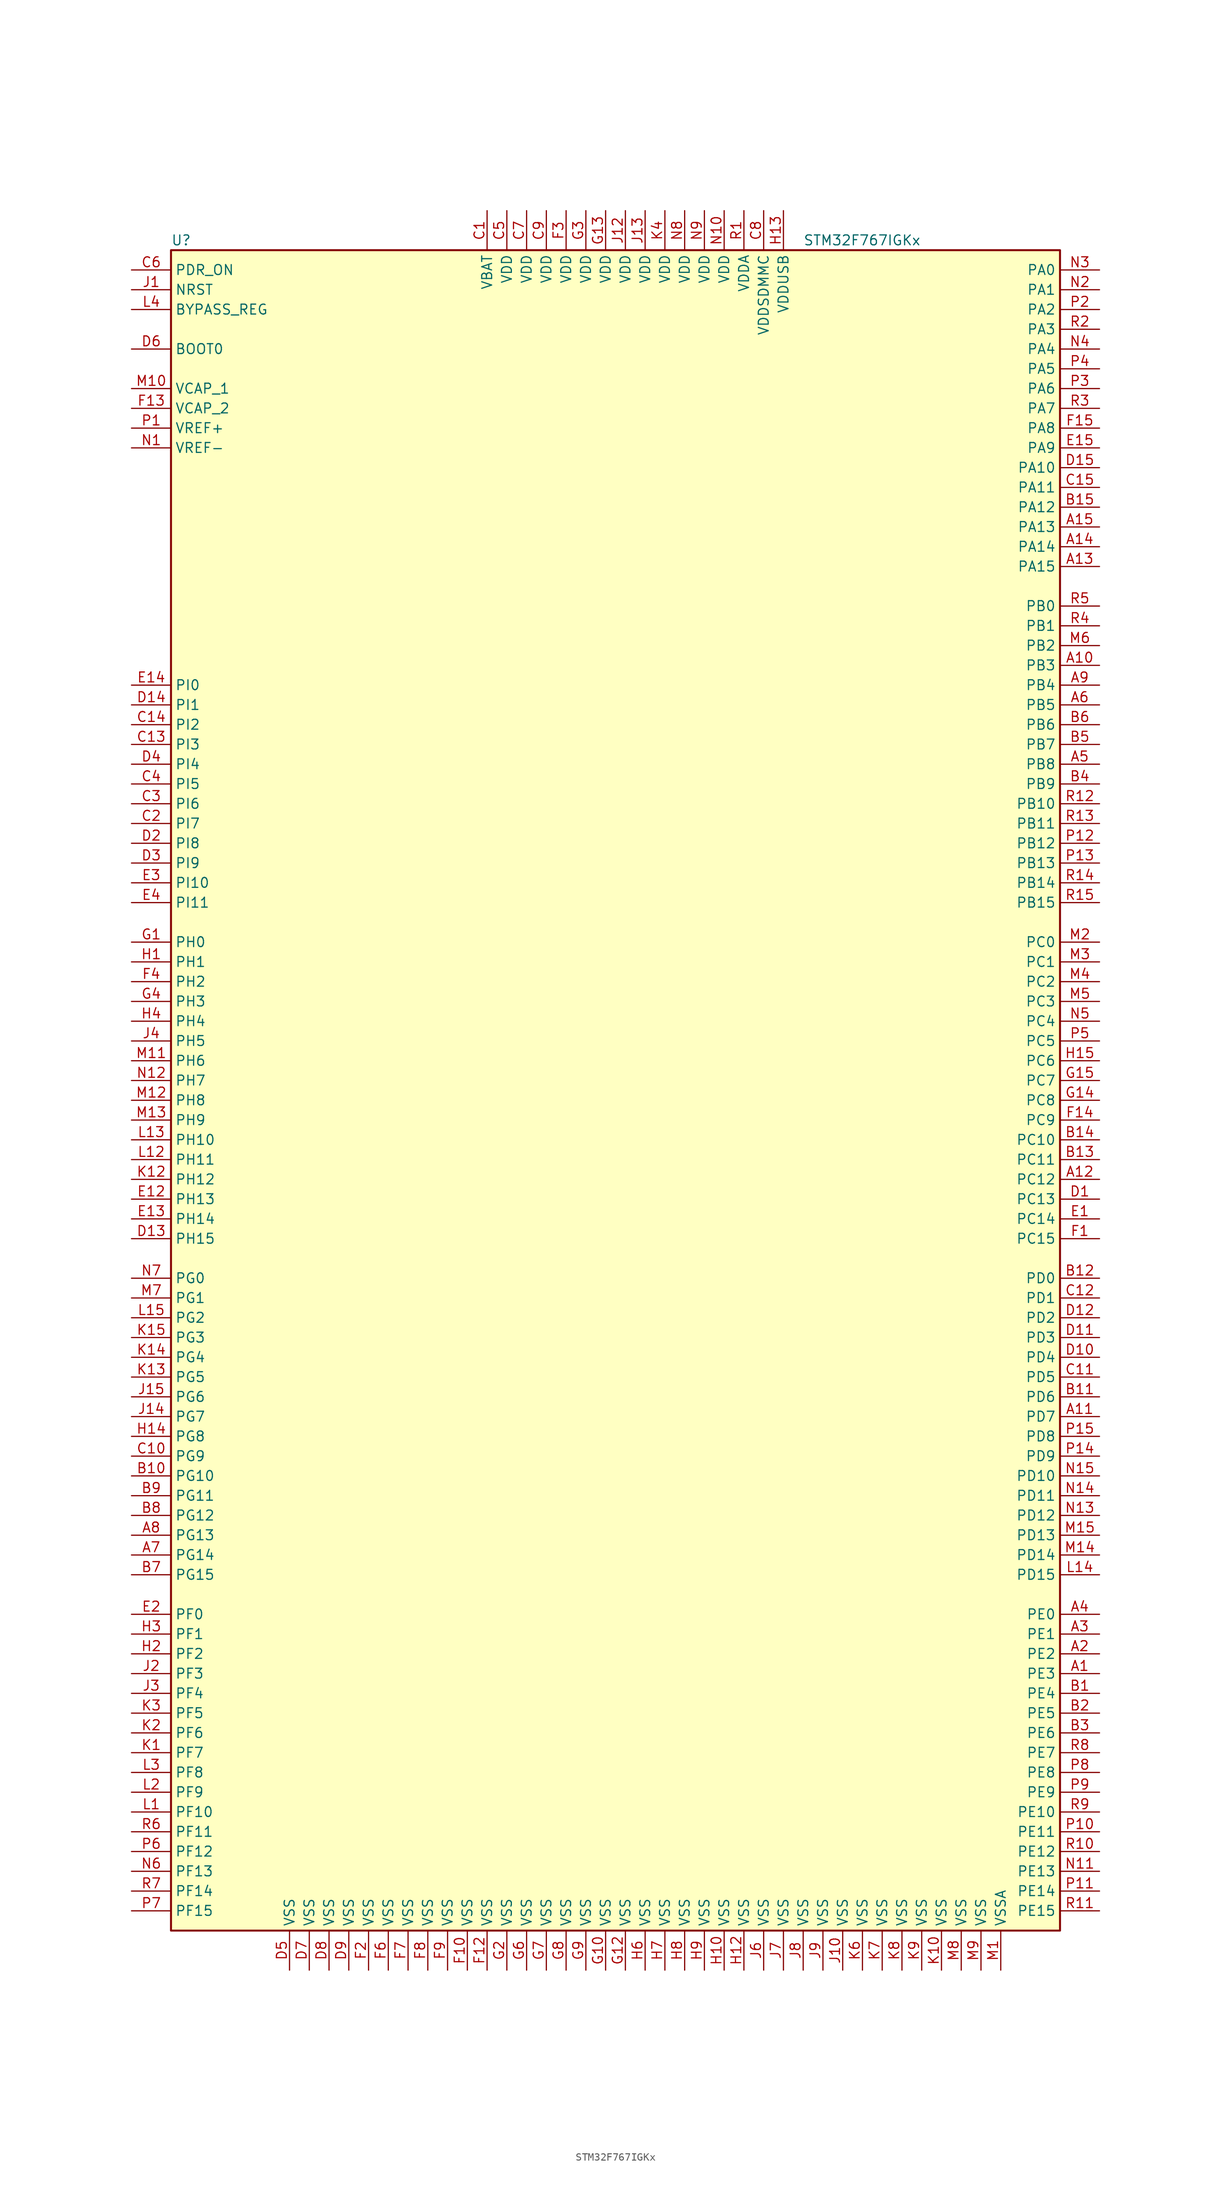
<source format=kicad_sym>
(kicad_symbol_lib
  (version 20211014)
  (generator kicad_symbol_editor)
  (symbol "STM32F767IGKx"
    (property "Reference" "U"
      (at -58.42 107.95 0)
      (effects (font (size 1.27 1.27)) (justify left)))
    (property "Value" "STM32F767IGKx"
      (at 22.86 107.95 0)
      (effects (font (size 1.27 1.27)) (justify left)))
    (symbol "STM32F767IGKx_0_1"
      (rectangle (start -58.42 -109.22) (end 55.88 106.68) (stroke (width 0.254) (type default) (color 0 0 0 0)) (fill (type background))))
    (symbol "STM32F767IGKx_1_1"
      (pin bidirectional line (at 60.96 -76.2 180) (length 5.08) (name "PE3" (effects (font (size 1.27 1.27)))) (number "A1" (effects (font (size 1.27 1.27)))))
      (pin bidirectional line (at 60.96 53.34 180) (length 5.08) (name "PB3" (effects (font (size 1.27 1.27)))) (number "A10" (effects (font (size 1.27 1.27)))))
      (pin bidirectional line (at 60.96 -43.18 180) (length 5.08) (name "PD7" (effects (font (size 1.27 1.27)))) (number "A11" (effects (font (size 1.27 1.27)))))
      (pin bidirectional line (at 60.96 -12.7 180) (length 5.08) (name "PC12" (effects (font (size 1.27 1.27)))) (number "A12" (effects (font (size 1.27 1.27)))))
      (pin bidirectional line (at 60.96 66.04 180) (length 5.08) (name "PA15" (effects (font (size 1.27 1.27)))) (number "A13" (effects (font (size 1.27 1.27)))))
      (pin bidirectional line (at 60.96 68.58 180) (length 5.08) (name "PA14" (effects (font (size 1.27 1.27)))) (number "A14" (effects (font (size 1.27 1.27)))))
      (pin bidirectional line (at 60.96 71.12 180) (length 5.08) (name "PA13" (effects (font (size 1.27 1.27)))) (number "A15" (effects (font (size 1.27 1.27)))))
      (pin bidirectional line (at 60.96 -73.66 180) (length 5.08) (name "PE2" (effects (font (size 1.27 1.27)))) (number "A2" (effects (font (size 1.27 1.27)))))
      (pin bidirectional line (at 60.96 -71.12 180) (length 5.08) (name "PE1" (effects (font (size 1.27 1.27)))) (number "A3" (effects (font (size 1.27 1.27)))))
      (pin bidirectional line (at 60.96 -68.58 180) (length 5.08) (name "PE0" (effects (font (size 1.27 1.27)))) (number "A4" (effects (font (size 1.27 1.27)))))
      (pin bidirectional line (at 60.96 40.64 180) (length 5.08) (name "PB8" (effects (font (size 1.27 1.27)))) (number "A5" (effects (font (size 1.27 1.27)))))
      (pin bidirectional line (at 60.96 48.26 180) (length 5.08) (name "PB5" (effects (font (size 1.27 1.27)))) (number "A6" (effects (font (size 1.27 1.27)))))
      (pin bidirectional line (at -63.5 -60.96 0) (length 5.08) (name "PG14" (effects (font (size 1.27 1.27)))) (number "A7" (effects (font (size 1.27 1.27)))))
      (pin bidirectional line (at -63.5 -58.42 0) (length 5.08) (name "PG13" (effects (font (size 1.27 1.27)))) (number "A8" (effects (font (size 1.27 1.27)))))
      (pin bidirectional line (at 60.96 50.8 180) (length 5.08) (name "PB4" (effects (font (size 1.27 1.27)))) (number "A9" (effects (font (size 1.27 1.27)))))
      (pin bidirectional line (at 60.96 -78.74 180) (length 5.08) (name "PE4" (effects (font (size 1.27 1.27)))) (number "B1" (effects (font (size 1.27 1.27)))))
      (pin bidirectional line (at -63.5 -50.8 0) (length 5.08) (name "PG10" (effects (font (size 1.27 1.27)))) (number "B10" (effects (font (size 1.27 1.27)))))
      (pin bidirectional line (at 60.96 -40.64 180) (length 5.08) (name "PD6" (effects (font (size 1.27 1.27)))) (number "B11" (effects (font (size 1.27 1.27)))))
      (pin bidirectional line (at 60.96 -25.4 180) (length 5.08) (name "PD0" (effects (font (size 1.27 1.27)))) (number "B12" (effects (font (size 1.27 1.27)))))
      (pin bidirectional line (at 60.96 -10.16 180) (length 5.08) (name "PC11" (effects (font (size 1.27 1.27)))) (number "B13" (effects (font (size 1.27 1.27)))))
      (pin bidirectional line (at 60.96 -7.62 180) (length 5.08) (name "PC10" (effects (font (size 1.27 1.27)))) (number "B14" (effects (font (size 1.27 1.27)))))
      (pin bidirectional line (at 60.96 73.66 180) (length 5.08) (name "PA12" (effects (font (size 1.27 1.27)))) (number "B15" (effects (font (size 1.27 1.27)))))
      (pin bidirectional line (at 60.96 -81.28 180) (length 5.08) (name "PE5" (effects (font (size 1.27 1.27)))) (number "B2" (effects (font (size 1.27 1.27)))))
      (pin bidirectional line (at 60.96 -83.82 180) (length 5.08) (name "PE6" (effects (font (size 1.27 1.27)))) (number "B3" (effects (font (size 1.27 1.27)))))
      (pin bidirectional line (at 60.96 38.1 180) (length 5.08) (name "PB9" (effects (font (size 1.27 1.27)))) (number "B4" (effects (font (size 1.27 1.27)))))
      (pin bidirectional line (at 60.96 43.18 180) (length 5.08) (name "PB7" (effects (font (size 1.27 1.27)))) (number "B5" (effects (font (size 1.27 1.27)))))
      (pin bidirectional line (at 60.96 45.72 180) (length 5.08) (name "PB6" (effects (font (size 1.27 1.27)))) (number "B6" (effects (font (size 1.27 1.27)))))
      (pin bidirectional line (at -63.5 -63.5 0) (length 5.08) (name "PG15" (effects (font (size 1.27 1.27)))) (number "B7" (effects (font (size 1.27 1.27)))))
      (pin bidirectional line (at -63.5 -55.88 0) (length 5.08) (name "PG12" (effects (font (size 1.27 1.27)))) (number "B8" (effects (font (size 1.27 1.27)))))
      (pin bidirectional line (at -63.5 -53.34 0) (length 5.08) (name "PG11" (effects (font (size 1.27 1.27)))) (number "B9" (effects (font (size 1.27 1.27)))))
      (pin power_in line (at -17.78 111.76 270) (length 5.08) (name "VBAT" (effects (font (size 1.27 1.27)))) (number "C1" (effects (font (size 1.27 1.27)))))
      (pin bidirectional line (at -63.5 -48.26 0) (length 5.08) (name "PG9" (effects (font (size 1.27 1.27)))) (number "C10" (effects (font (size 1.27 1.27)))))
      (pin bidirectional line (at 60.96 -38.1 180) (length 5.08) (name "PD5" (effects (font (size 1.27 1.27)))) (number "C11" (effects (font (size 1.27 1.27)))))
      (pin bidirectional line (at 60.96 -27.94 180) (length 5.08) (name "PD1" (effects (font (size 1.27 1.27)))) (number "C12" (effects (font (size 1.27 1.27)))))
      (pin bidirectional line (at -63.5 43.18 0) (length 5.08) (name "PI3" (effects (font (size 1.27 1.27)))) (number "C13" (effects (font (size 1.27 1.27)))))
      (pin bidirectional line (at -63.5 45.72 0) (length 5.08) (name "PI2" (effects (font (size 1.27 1.27)))) (number "C14" (effects (font (size 1.27 1.27)))))
      (pin bidirectional line (at 60.96 76.2 180) (length 5.08) (name "PA11" (effects (font (size 1.27 1.27)))) (number "C15" (effects (font (size 1.27 1.27)))))
      (pin bidirectional line (at -63.5 33.02 0) (length 5.08) (name "PI7" (effects (font (size 1.27 1.27)))) (number "C2" (effects (font (size 1.27 1.27)))))
      (pin bidirectional line (at -63.5 35.56 0) (length 5.08) (name "PI6" (effects (font (size 1.27 1.27)))) (number "C3" (effects (font (size 1.27 1.27)))))
      (pin bidirectional line (at -63.5 38.1 0) (length 5.08) (name "PI5" (effects (font (size 1.27 1.27)))) (number "C4" (effects (font (size 1.27 1.27)))))
      (pin power_in line (at -15.24 111.76 270) (length 5.08) (name "VDD" (effects (font (size 1.27 1.27)))) (number "C5" (effects (font (size 1.27 1.27)))))
      (pin input line (at -63.5 104.14 0) (length 5.08) (name "PDR_ON" (effects (font (size 1.27 1.27)))) (number "C6" (effects (font (size 1.27 1.27)))))
      (pin power_in line (at -12.7 111.76 270) (length 5.08) (name "VDD" (effects (font (size 1.27 1.27)))) (number "C7" (effects (font (size 1.27 1.27)))))
      (pin power_in line (at 17.78 111.76 270) (length 5.08) (name "VDDSDMMC" (effects (font (size 1.27 1.27)))) (number "C8" (effects (font (size 1.27 1.27)))))
      (pin power_in line (at -10.16 111.76 270) (length 5.08) (name "VDD" (effects (font (size 1.27 1.27)))) (number "C9" (effects (font (size 1.27 1.27)))))
      (pin bidirectional line (at 60.96 -15.24 180) (length 5.08) (name "PC13" (effects (font (size 1.27 1.27)))) (number "D1" (effects (font (size 1.27 1.27)))))
      (pin bidirectional line (at 60.96 -35.56 180) (length 5.08) (name "PD4" (effects (font (size 1.27 1.27)))) (number "D10" (effects (font (size 1.27 1.27)))))
      (pin bidirectional line (at 60.96 -33.02 180) (length 5.08) (name "PD3" (effects (font (size 1.27 1.27)))) (number "D11" (effects (font (size 1.27 1.27)))))
      (pin bidirectional line (at 60.96 -30.48 180) (length 5.08) (name "PD2" (effects (font (size 1.27 1.27)))) (number "D12" (effects (font (size 1.27 1.27)))))
      (pin bidirectional line (at -63.5 -20.32 0) (length 5.08) (name "PH15" (effects (font (size 1.27 1.27)))) (number "D13" (effects (font (size 1.27 1.27)))))
      (pin bidirectional line (at -63.5 48.26 0) (length 5.08) (name "PI1" (effects (font (size 1.27 1.27)))) (number "D14" (effects (font (size 1.27 1.27)))))
      (pin bidirectional line (at 60.96 78.74 180) (length 5.08) (name "PA10" (effects (font (size 1.27 1.27)))) (number "D15" (effects (font (size 1.27 1.27)))))
      (pin bidirectional line (at -63.5 30.48 0) (length 5.08) (name "PI8" (effects (font (size 1.27 1.27)))) (number "D2" (effects (font (size 1.27 1.27)))))
      (pin bidirectional line (at -63.5 27.94 0) (length 5.08) (name "PI9" (effects (font (size 1.27 1.27)))) (number "D3" (effects (font (size 1.27 1.27)))))
      (pin bidirectional line (at -63.5 40.64 0) (length 5.08) (name "PI4" (effects (font (size 1.27 1.27)))) (number "D4" (effects (font (size 1.27 1.27)))))
      (pin power_in line (at -43.18 -114.3 90) (length 5.08) (name "VSS" (effects (font (size 1.27 1.27)))) (number "D5" (effects (font (size 1.27 1.27)))))
      (pin input line (at -63.5 93.98 0) (length 5.08) (name "BOOT0" (effects (font (size 1.27 1.27)))) (number "D6" (effects (font (size 1.27 1.27)))))
      (pin power_in line (at -40.64 -114.3 90) (length 5.08) (name "VSS" (effects (font (size 1.27 1.27)))) (number "D7" (effects (font (size 1.27 1.27)))))
      (pin power_in line (at -38.1 -114.3 90) (length 5.08) (name "VSS" (effects (font (size 1.27 1.27)))) (number "D8" (effects (font (size 1.27 1.27)))))
      (pin power_in line (at -35.56 -114.3 90) (length 5.08) (name "VSS" (effects (font (size 1.27 1.27)))) (number "D9" (effects (font (size 1.27 1.27)))))
      (pin bidirectional line (at 60.96 -17.78 180) (length 5.08) (name "PC14" (effects (font (size 1.27 1.27)))) (number "E1" (effects (font (size 1.27 1.27)))))
      (pin bidirectional line (at -63.5 -15.24 0) (length 5.08) (name "PH13" (effects (font (size 1.27 1.27)))) (number "E12" (effects (font (size 1.27 1.27)))))
      (pin bidirectional line (at -63.5 -17.78 0) (length 5.08) (name "PH14" (effects (font (size 1.27 1.27)))) (number "E13" (effects (font (size 1.27 1.27)))))
      (pin bidirectional line (at -63.5 50.8 0) (length 5.08) (name "PI0" (effects (font (size 1.27 1.27)))) (number "E14" (effects (font (size 1.27 1.27)))))
      (pin bidirectional line (at 60.96 81.28 180) (length 5.08) (name "PA9" (effects (font (size 1.27 1.27)))) (number "E15" (effects (font (size 1.27 1.27)))))
      (pin bidirectional line (at -63.5 -68.58 0) (length 5.08) (name "PF0" (effects (font (size 1.27 1.27)))) (number "E2" (effects (font (size 1.27 1.27)))))
      (pin bidirectional line (at -63.5 25.4 0) (length 5.08) (name "PI10" (effects (font (size 1.27 1.27)))) (number "E3" (effects (font (size 1.27 1.27)))))
      (pin bidirectional line (at -63.5 22.86 0) (length 5.08) (name "PI11" (effects (font (size 1.27 1.27)))) (number "E4" (effects (font (size 1.27 1.27)))))
      (pin bidirectional line (at 60.96 -20.32 180) (length 5.08) (name "PC15" (effects (font (size 1.27 1.27)))) (number "F1" (effects (font (size 1.27 1.27)))))
      (pin power_in line (at -20.32 -114.3 90) (length 5.08) (name "VSS" (effects (font (size 1.27 1.27)))) (number "F10" (effects (font (size 1.27 1.27)))))
      (pin power_in line (at -17.78 -114.3 90) (length 5.08) (name "VSS" (effects (font (size 1.27 1.27)))) (number "F12" (effects (font (size 1.27 1.27)))))
      (pin power_in line (at -63.5 86.36 0) (length 5.08) (name "VCAP_2" (effects (font (size 1.27 1.27)))) (number "F13" (effects (font (size 1.27 1.27)))))
      (pin bidirectional line (at 60.96 -5.08 180) (length 5.08) (name "PC9" (effects (font (size 1.27 1.27)))) (number "F14" (effects (font (size 1.27 1.27)))))
      (pin bidirectional line (at 60.96 83.82 180) (length 5.08) (name "PA8" (effects (font (size 1.27 1.27)))) (number "F15" (effects (font (size 1.27 1.27)))))
      (pin power_in line (at -33.02 -114.3 90) (length 5.08) (name "VSS" (effects (font (size 1.27 1.27)))) (number "F2" (effects (font (size 1.27 1.27)))))
      (pin power_in line (at -7.62 111.76 270) (length 5.08) (name "VDD" (effects (font (size 1.27 1.27)))) (number "F3" (effects (font (size 1.27 1.27)))))
      (pin bidirectional line (at -63.5 12.7 0) (length 5.08) (name "PH2" (effects (font (size 1.27 1.27)))) (number "F4" (effects (font (size 1.27 1.27)))))
      (pin power_in line (at -30.48 -114.3 90) (length 5.08) (name "VSS" (effects (font (size 1.27 1.27)))) (number "F6" (effects (font (size 1.27 1.27)))))
      (pin power_in line (at -27.94 -114.3 90) (length 5.08) (name "VSS" (effects (font (size 1.27 1.27)))) (number "F7" (effects (font (size 1.27 1.27)))))
      (pin power_in line (at -25.4 -114.3 90) (length 5.08) (name "VSS" (effects (font (size 1.27 1.27)))) (number "F8" (effects (font (size 1.27 1.27)))))
      (pin power_in line (at -22.86 -114.3 90) (length 5.08) (name "VSS" (effects (font (size 1.27 1.27)))) (number "F9" (effects (font (size 1.27 1.27)))))
      (pin input line (at -63.5 17.78 0) (length 5.08) (name "PH0" (effects (font (size 1.27 1.27)))) (number "G1" (effects (font (size 1.27 1.27)))))
      (pin power_in line (at -2.54 -114.3 90) (length 5.08) (name "VSS" (effects (font (size 1.27 1.27)))) (number "G10" (effects (font (size 1.27 1.27)))))
      (pin power_in line (at 0 -114.3 90) (length 5.08) (name "VSS" (effects (font (size 1.27 1.27)))) (number "G12" (effects (font (size 1.27 1.27)))))
      (pin power_in line (at -2.54 111.76 270) (length 5.08) (name "VDD" (effects (font (size 1.27 1.27)))) (number "G13" (effects (font (size 1.27 1.27)))))
      (pin bidirectional line (at 60.96 -2.54 180) (length 5.08) (name "PC8" (effects (font (size 1.27 1.27)))) (number "G14" (effects (font (size 1.27 1.27)))))
      (pin bidirectional line (at 60.96 0 180) (length 5.08) (name "PC7" (effects (font (size 1.27 1.27)))) (number "G15" (effects (font (size 1.27 1.27)))))
      (pin power_in line (at -15.24 -114.3 90) (length 5.08) (name "VSS" (effects (font (size 1.27 1.27)))) (number "G2" (effects (font (size 1.27 1.27)))))
      (pin power_in line (at -5.08 111.76 270) (length 5.08) (name "VDD" (effects (font (size 1.27 1.27)))) (number "G3" (effects (font (size 1.27 1.27)))))
      (pin bidirectional line (at -63.5 10.16 0) (length 5.08) (name "PH3" (effects (font (size 1.27 1.27)))) (number "G4" (effects (font (size 1.27 1.27)))))
      (pin power_in line (at -12.7 -114.3 90) (length 5.08) (name "VSS" (effects (font (size 1.27 1.27)))) (number "G6" (effects (font (size 1.27 1.27)))))
      (pin power_in line (at -10.16 -114.3 90) (length 5.08) (name "VSS" (effects (font (size 1.27 1.27)))) (number "G7" (effects (font (size 1.27 1.27)))))
      (pin power_in line (at -7.62 -114.3 90) (length 5.08) (name "VSS" (effects (font (size 1.27 1.27)))) (number "G8" (effects (font (size 1.27 1.27)))))
      (pin power_in line (at -5.08 -114.3 90) (length 5.08) (name "VSS" (effects (font (size 1.27 1.27)))) (number "G9" (effects (font (size 1.27 1.27)))))
      (pin input line (at -63.5 15.24 0) (length 5.08) (name "PH1" (effects (font (size 1.27 1.27)))) (number "H1" (effects (font (size 1.27 1.27)))))
      (pin power_in line (at 12.7 -114.3 90) (length 5.08) (name "VSS" (effects (font (size 1.27 1.27)))) (number "H10" (effects (font (size 1.27 1.27)))))
      (pin power_in line (at 15.24 -114.3 90) (length 5.08) (name "VSS" (effects (font (size 1.27 1.27)))) (number "H12" (effects (font (size 1.27 1.27)))))
      (pin power_in line (at 20.32 111.76 270) (length 5.08) (name "VDDUSB" (effects (font (size 1.27 1.27)))) (number "H13" (effects (font (size 1.27 1.27)))))
      (pin bidirectional line (at -63.5 -45.72 0) (length 5.08) (name "PG8" (effects (font (size 1.27 1.27)))) (number "H14" (effects (font (size 1.27 1.27)))))
      (pin bidirectional line (at 60.96 2.54 180) (length 5.08) (name "PC6" (effects (font (size 1.27 1.27)))) (number "H15" (effects (font (size 1.27 1.27)))))
      (pin bidirectional line (at -63.5 -73.66 0) (length 5.08) (name "PF2" (effects (font (size 1.27 1.27)))) (number "H2" (effects (font (size 1.27 1.27)))))
      (pin bidirectional line (at -63.5 -71.12 0) (length 5.08) (name "PF1" (effects (font (size 1.27 1.27)))) (number "H3" (effects (font (size 1.27 1.27)))))
      (pin bidirectional line (at -63.5 7.62 0) (length 5.08) (name "PH4" (effects (font (size 1.27 1.27)))) (number "H4" (effects (font (size 1.27 1.27)))))
      (pin power_in line (at 2.54 -114.3 90) (length 5.08) (name "VSS" (effects (font (size 1.27 1.27)))) (number "H6" (effects (font (size 1.27 1.27)))))
      (pin power_in line (at 5.08 -114.3 90) (length 5.08) (name "VSS" (effects (font (size 1.27 1.27)))) (number "H7" (effects (font (size 1.27 1.27)))))
      (pin power_in line (at 7.62 -114.3 90) (length 5.08) (name "VSS" (effects (font (size 1.27 1.27)))) (number "H8" (effects (font (size 1.27 1.27)))))
      (pin power_in line (at 10.16 -114.3 90) (length 5.08) (name "VSS" (effects (font (size 1.27 1.27)))) (number "H9" (effects (font (size 1.27 1.27)))))
      (pin input line (at -63.5 101.6 0) (length 5.08) (name "NRST" (effects (font (size 1.27 1.27)))) (number "J1" (effects (font (size 1.27 1.27)))))
      (pin power_in line (at 27.94 -114.3 90) (length 5.08) (name "VSS" (effects (font (size 1.27 1.27)))) (number "J10" (effects (font (size 1.27 1.27)))))
      (pin power_in line (at 0 111.76 270) (length 5.08) (name "VDD" (effects (font (size 1.27 1.27)))) (number "J12" (effects (font (size 1.27 1.27)))))
      (pin power_in line (at 2.54 111.76 270) (length 5.08) (name "VDD" (effects (font (size 1.27 1.27)))) (number "J13" (effects (font (size 1.27 1.27)))))
      (pin bidirectional line (at -63.5 -43.18 0) (length 5.08) (name "PG7" (effects (font (size 1.27 1.27)))) (number "J14" (effects (font (size 1.27 1.27)))))
      (pin bidirectional line (at -63.5 -40.64 0) (length 5.08) (name "PG6" (effects (font (size 1.27 1.27)))) (number "J15" (effects (font (size 1.27 1.27)))))
      (pin bidirectional line (at -63.5 -76.2 0) (length 5.08) (name "PF3" (effects (font (size 1.27 1.27)))) (number "J2" (effects (font (size 1.27 1.27)))))
      (pin bidirectional line (at -63.5 -78.74 0) (length 5.08) (name "PF4" (effects (font (size 1.27 1.27)))) (number "J3" (effects (font (size 1.27 1.27)))))
      (pin bidirectional line (at -63.5 5.08 0) (length 5.08) (name "PH5" (effects (font (size 1.27 1.27)))) (number "J4" (effects (font (size 1.27 1.27)))))
      (pin power_in line (at 17.78 -114.3 90) (length 5.08) (name "VSS" (effects (font (size 1.27 1.27)))) (number "J6" (effects (font (size 1.27 1.27)))))
      (pin power_in line (at 20.32 -114.3 90) (length 5.08) (name "VSS" (effects (font (size 1.27 1.27)))) (number "J7" (effects (font (size 1.27 1.27)))))
      (pin power_in line (at 22.86 -114.3 90) (length 5.08) (name "VSS" (effects (font (size 1.27 1.27)))) (number "J8" (effects (font (size 1.27 1.27)))))
      (pin power_in line (at 25.4 -114.3 90) (length 5.08) (name "VSS" (effects (font (size 1.27 1.27)))) (number "J9" (effects (font (size 1.27 1.27)))))
      (pin bidirectional line (at -63.5 -86.36 0) (length 5.08) (name "PF7" (effects (font (size 1.27 1.27)))) (number "K1" (effects (font (size 1.27 1.27)))))
      (pin power_in line (at 40.64 -114.3 90) (length 5.08) (name "VSS" (effects (font (size 1.27 1.27)))) (number "K10" (effects (font (size 1.27 1.27)))))
      (pin bidirectional line (at -63.5 -12.7 0) (length 5.08) (name "PH12" (effects (font (size 1.27 1.27)))) (number "K12" (effects (font (size 1.27 1.27)))))
      (pin bidirectional line (at -63.5 -38.1 0) (length 5.08) (name "PG5" (effects (font (size 1.27 1.27)))) (number "K13" (effects (font (size 1.27 1.27)))))
      (pin bidirectional line (at -63.5 -35.56 0) (length 5.08) (name "PG4" (effects (font (size 1.27 1.27)))) (number "K14" (effects (font (size 1.27 1.27)))))
      (pin bidirectional line (at -63.5 -33.02 0) (length 5.08) (name "PG3" (effects (font (size 1.27 1.27)))) (number "K15" (effects (font (size 1.27 1.27)))))
      (pin bidirectional line (at -63.5 -83.82 0) (length 5.08) (name "PF6" (effects (font (size 1.27 1.27)))) (number "K2" (effects (font (size 1.27 1.27)))))
      (pin bidirectional line (at -63.5 -81.28 0) (length 5.08) (name "PF5" (effects (font (size 1.27 1.27)))) (number "K3" (effects (font (size 1.27 1.27)))))
      (pin power_in line (at 5.08 111.76 270) (length 5.08) (name "VDD" (effects (font (size 1.27 1.27)))) (number "K4" (effects (font (size 1.27 1.27)))))
      (pin power_in line (at 30.48 -114.3 90) (length 5.08) (name "VSS" (effects (font (size 1.27 1.27)))) (number "K6" (effects (font (size 1.27 1.27)))))
      (pin power_in line (at 33.02 -114.3 90) (length 5.08) (name "VSS" (effects (font (size 1.27 1.27)))) (number "K7" (effects (font (size 1.27 1.27)))))
      (pin power_in line (at 35.56 -114.3 90) (length 5.08) (name "VSS" (effects (font (size 1.27 1.27)))) (number "K8" (effects (font (size 1.27 1.27)))))
      (pin power_in line (at 38.1 -114.3 90) (length 5.08) (name "VSS" (effects (font (size 1.27 1.27)))) (number "K9" (effects (font (size 1.27 1.27)))))
      (pin bidirectional line (at -63.5 -93.98 0) (length 5.08) (name "PF10" (effects (font (size 1.27 1.27)))) (number "L1" (effects (font (size 1.27 1.27)))))
      (pin bidirectional line (at -63.5 -10.16 0) (length 5.08) (name "PH11" (effects (font (size 1.27 1.27)))) (number "L12" (effects (font (size 1.27 1.27)))))
      (pin bidirectional line (at -63.5 -7.62 0) (length 5.08) (name "PH10" (effects (font (size 1.27 1.27)))) (number "L13" (effects (font (size 1.27 1.27)))))
      (pin bidirectional line (at 60.96 -63.5 180) (length 5.08) (name "PD15" (effects (font (size 1.27 1.27)))) (number "L14" (effects (font (size 1.27 1.27)))))
      (pin bidirectional line (at -63.5 -30.48 0) (length 5.08) (name "PG2" (effects (font (size 1.27 1.27)))) (number "L15" (effects (font (size 1.27 1.27)))))
      (pin bidirectional line (at -63.5 -91.44 0) (length 5.08) (name "PF9" (effects (font (size 1.27 1.27)))) (number "L2" (effects (font (size 1.27 1.27)))))
      (pin bidirectional line (at -63.5 -88.9 0) (length 5.08) (name "PF8" (effects (font (size 1.27 1.27)))) (number "L3" (effects (font (size 1.27 1.27)))))
      (pin input line (at -63.5 99.06 0) (length 5.08) (name "BYPASS_REG" (effects (font (size 1.27 1.27)))) (number "L4" (effects (font (size 1.27 1.27)))))
      (pin power_in line (at 48.26 -114.3 90) (length 5.08) (name "VSSA" (effects (font (size 1.27 1.27)))) (number "M1" (effects (font (size 1.27 1.27)))))
      (pin power_in line (at -63.5 88.9 0) (length 5.08) (name "VCAP_1" (effects (font (size 1.27 1.27)))) (number "M10" (effects (font (size 1.27 1.27)))))
      (pin bidirectional line (at -63.5 2.54 0) (length 5.08) (name "PH6" (effects (font (size 1.27 1.27)))) (number "M11" (effects (font (size 1.27 1.27)))))
      (pin bidirectional line (at -63.5 -2.54 0) (length 5.08) (name "PH8" (effects (font (size 1.27 1.27)))) (number "M12" (effects (font (size 1.27 1.27)))))
      (pin bidirectional line (at -63.5 -5.08 0) (length 5.08) (name "PH9" (effects (font (size 1.27 1.27)))) (number "M13" (effects (font (size 1.27 1.27)))))
      (pin bidirectional line (at 60.96 -60.96 180) (length 5.08) (name "PD14" (effects (font (size 1.27 1.27)))) (number "M14" (effects (font (size 1.27 1.27)))))
      (pin bidirectional line (at 60.96 -58.42 180) (length 5.08) (name "PD13" (effects (font (size 1.27 1.27)))) (number "M15" (effects (font (size 1.27 1.27)))))
      (pin bidirectional line (at 60.96 17.78 180) (length 5.08) (name "PC0" (effects (font (size 1.27 1.27)))) (number "M2" (effects (font (size 1.27 1.27)))))
      (pin bidirectional line (at 60.96 15.24 180) (length 5.08) (name "PC1" (effects (font (size 1.27 1.27)))) (number "M3" (effects (font (size 1.27 1.27)))))
      (pin bidirectional line (at 60.96 12.7 180) (length 5.08) (name "PC2" (effects (font (size 1.27 1.27)))) (number "M4" (effects (font (size 1.27 1.27)))))
      (pin bidirectional line (at 60.96 10.16 180) (length 5.08) (name "PC3" (effects (font (size 1.27 1.27)))) (number "M5" (effects (font (size 1.27 1.27)))))
      (pin bidirectional line (at 60.96 55.88 180) (length 5.08) (name "PB2" (effects (font (size 1.27 1.27)))) (number "M6" (effects (font (size 1.27 1.27)))))
      (pin bidirectional line (at -63.5 -27.94 0) (length 5.08) (name "PG1" (effects (font (size 1.27 1.27)))) (number "M7" (effects (font (size 1.27 1.27)))))
      (pin power_in line (at 43.18 -114.3 90) (length 5.08) (name "VSS" (effects (font (size 1.27 1.27)))) (number "M8" (effects (font (size 1.27 1.27)))))
      (pin power_in line (at 45.72 -114.3 90) (length 5.08) (name "VSS" (effects (font (size 1.27 1.27)))) (number "M9" (effects (font (size 1.27 1.27)))))
      (pin power_in line (at -63.5 81.28 0) (length 5.08) (name "VREF-" (effects (font (size 1.27 1.27)))) (number "N1" (effects (font (size 1.27 1.27)))))
      (pin power_in line (at 12.7 111.76 270) (length 5.08) (name "VDD" (effects (font (size 1.27 1.27)))) (number "N10" (effects (font (size 1.27 1.27)))))
      (pin bidirectional line (at 60.96 -101.6 180) (length 5.08) (name "PE13" (effects (font (size 1.27 1.27)))) (number "N11" (effects (font (size 1.27 1.27)))))
      (pin bidirectional line (at -63.5 0 0) (length 5.08) (name "PH7" (effects (font (size 1.27 1.27)))) (number "N12" (effects (font (size 1.27 1.27)))))
      (pin bidirectional line (at 60.96 -55.88 180) (length 5.08) (name "PD12" (effects (font (size 1.27 1.27)))) (number "N13" (effects (font (size 1.27 1.27)))))
      (pin bidirectional line (at 60.96 -53.34 180) (length 5.08) (name "PD11" (effects (font (size 1.27 1.27)))) (number "N14" (effects (font (size 1.27 1.27)))))
      (pin bidirectional line (at 60.96 -50.8 180) (length 5.08) (name "PD10" (effects (font (size 1.27 1.27)))) (number "N15" (effects (font (size 1.27 1.27)))))
      (pin bidirectional line (at 60.96 101.6 180) (length 5.08) (name "PA1" (effects (font (size 1.27 1.27)))) (number "N2" (effects (font (size 1.27 1.27)))))
      (pin bidirectional line (at 60.96 104.14 180) (length 5.08) (name "PA0" (effects (font (size 1.27 1.27)))) (number "N3" (effects (font (size 1.27 1.27)))))
      (pin bidirectional line (at 60.96 93.98 180) (length 5.08) (name "PA4" (effects (font (size 1.27 1.27)))) (number "N4" (effects (font (size 1.27 1.27)))))
      (pin bidirectional line (at 60.96 7.62 180) (length 5.08) (name "PC4" (effects (font (size 1.27 1.27)))) (number "N5" (effects (font (size 1.27 1.27)))))
      (pin bidirectional line (at -63.5 -101.6 0) (length 5.08) (name "PF13" (effects (font (size 1.27 1.27)))) (number "N6" (effects (font (size 1.27 1.27)))))
      (pin bidirectional line (at -63.5 -25.4 0) (length 5.08) (name "PG0" (effects (font (size 1.27 1.27)))) (number "N7" (effects (font (size 1.27 1.27)))))
      (pin power_in line (at 7.62 111.76 270) (length 5.08) (name "VDD" (effects (font (size 1.27 1.27)))) (number "N8" (effects (font (size 1.27 1.27)))))
      (pin power_in line (at 10.16 111.76 270) (length 5.08) (name "VDD" (effects (font (size 1.27 1.27)))) (number "N9" (effects (font (size 1.27 1.27)))))
      (pin power_in line (at -63.5 83.82 0) (length 5.08) (name "VREF+" (effects (font (size 1.27 1.27)))) (number "P1" (effects (font (size 1.27 1.27)))))
      (pin bidirectional line (at 60.96 -96.52 180) (length 5.08) (name "PE11" (effects (font (size 1.27 1.27)))) (number "P10" (effects (font (size 1.27 1.27)))))
      (pin bidirectional line (at 60.96 -104.14 180) (length 5.08) (name "PE14" (effects (font (size 1.27 1.27)))) (number "P11" (effects (font (size 1.27 1.27)))))
      (pin bidirectional line (at 60.96 30.48 180) (length 5.08) (name "PB12" (effects (font (size 1.27 1.27)))) (number "P12" (effects (font (size 1.27 1.27)))))
      (pin bidirectional line (at 60.96 27.94 180) (length 5.08) (name "PB13" (effects (font (size 1.27 1.27)))) (number "P13" (effects (font (size 1.27 1.27)))))
      (pin bidirectional line (at 60.96 -48.26 180) (length 5.08) (name "PD9" (effects (font (size 1.27 1.27)))) (number "P14" (effects (font (size 1.27 1.27)))))
      (pin bidirectional line (at 60.96 -45.72 180) (length 5.08) (name "PD8" (effects (font (size 1.27 1.27)))) (number "P15" (effects (font (size 1.27 1.27)))))
      (pin bidirectional line (at 60.96 99.06 180) (length 5.08) (name "PA2" (effects (font (size 1.27 1.27)))) (number "P2" (effects (font (size 1.27 1.27)))))
      (pin bidirectional line (at 60.96 88.9 180) (length 5.08) (name "PA6" (effects (font (size 1.27 1.27)))) (number "P3" (effects (font (size 1.27 1.27)))))
      (pin bidirectional line (at 60.96 91.44 180) (length 5.08) (name "PA5" (effects (font (size 1.27 1.27)))) (number "P4" (effects (font (size 1.27 1.27)))))
      (pin bidirectional line (at 60.96 5.08 180) (length 5.08) (name "PC5" (effects (font (size 1.27 1.27)))) (number "P5" (effects (font (size 1.27 1.27)))))
      (pin bidirectional line (at -63.5 -99.06 0) (length 5.08) (name "PF12" (effects (font (size 1.27 1.27)))) (number "P6" (effects (font (size 1.27 1.27)))))
      (pin bidirectional line (at -63.5 -106.68 0) (length 5.08) (name "PF15" (effects (font (size 1.27 1.27)))) (number "P7" (effects (font (size 1.27 1.27)))))
      (pin bidirectional line (at 60.96 -88.9 180) (length 5.08) (name "PE8" (effects (font (size 1.27 1.27)))) (number "P8" (effects (font (size 1.27 1.27)))))
      (pin bidirectional line (at 60.96 -91.44 180) (length 5.08) (name "PE9" (effects (font (size 1.27 1.27)))) (number "P9" (effects (font (size 1.27 1.27)))))
      (pin power_in line (at 15.24 111.76 270) (length 5.08) (name "VDDA" (effects (font (size 1.27 1.27)))) (number "R1" (effects (font (size 1.27 1.27)))))
      (pin bidirectional line (at 60.96 -99.06 180) (length 5.08) (name "PE12" (effects (font (size 1.27 1.27)))) (number "R10" (effects (font (size 1.27 1.27)))))
      (pin bidirectional line (at 60.96 -106.68 180) (length 5.08) (name "PE15" (effects (font (size 1.27 1.27)))) (number "R11" (effects (font (size 1.27 1.27)))))
      (pin bidirectional line (at 60.96 35.56 180) (length 5.08) (name "PB10" (effects (font (size 1.27 1.27)))) (number "R12" (effects (font (size 1.27 1.27)))))
      (pin bidirectional line (at 60.96 33.02 180) (length 5.08) (name "PB11" (effects (font (size 1.27 1.27)))) (number "R13" (effects (font (size 1.27 1.27)))))
      (pin bidirectional line (at 60.96 25.4 180) (length 5.08) (name "PB14" (effects (font (size 1.27 1.27)))) (number "R14" (effects (font (size 1.27 1.27)))))
      (pin bidirectional line (at 60.96 22.86 180) (length 5.08) (name "PB15" (effects (font (size 1.27 1.27)))) (number "R15" (effects (font (size 1.27 1.27)))))
      (pin bidirectional line (at 60.96 96.52 180) (length 5.08) (name "PA3" (effects (font (size 1.27 1.27)))) (number "R2" (effects (font (size 1.27 1.27)))))
      (pin bidirectional line (at 60.96 86.36 180) (length 5.08) (name "PA7" (effects (font (size 1.27 1.27)))) (number "R3" (effects (font (size 1.27 1.27)))))
      (pin bidirectional line (at 60.96 58.42 180) (length 5.08) (name "PB1" (effects (font (size 1.27 1.27)))) (number "R4" (effects (font (size 1.27 1.27)))))
      (pin bidirectional line (at 60.96 60.96 180) (length 5.08) (name "PB0" (effects (font (size 1.27 1.27)))) (number "R5" (effects (font (size 1.27 1.27)))))
      (pin bidirectional line (at -63.5 -96.52 0) (length 5.08) (name "PF11" (effects (font (size 1.27 1.27)))) (number "R6" (effects (font (size 1.27 1.27)))))
      (pin bidirectional line (at -63.5 -104.14 0) (length 5.08) (name "PF14" (effects (font (size 1.27 1.27)))) (number "R7" (effects (font (size 1.27 1.27)))))
      (pin bidirectional line (at 60.96 -86.36 180) (length 5.08) (name "PE7" (effects (font (size 1.27 1.27)))) (number "R8" (effects (font (size 1.27 1.27)))))
      (pin bidirectional line (at 60.96 -93.98 180) (length 5.08) (name "PE10" (effects (font (size 1.27 1.27)))) (number "R9" (effects (font (size 1.27 1.27))))))))
</source>
